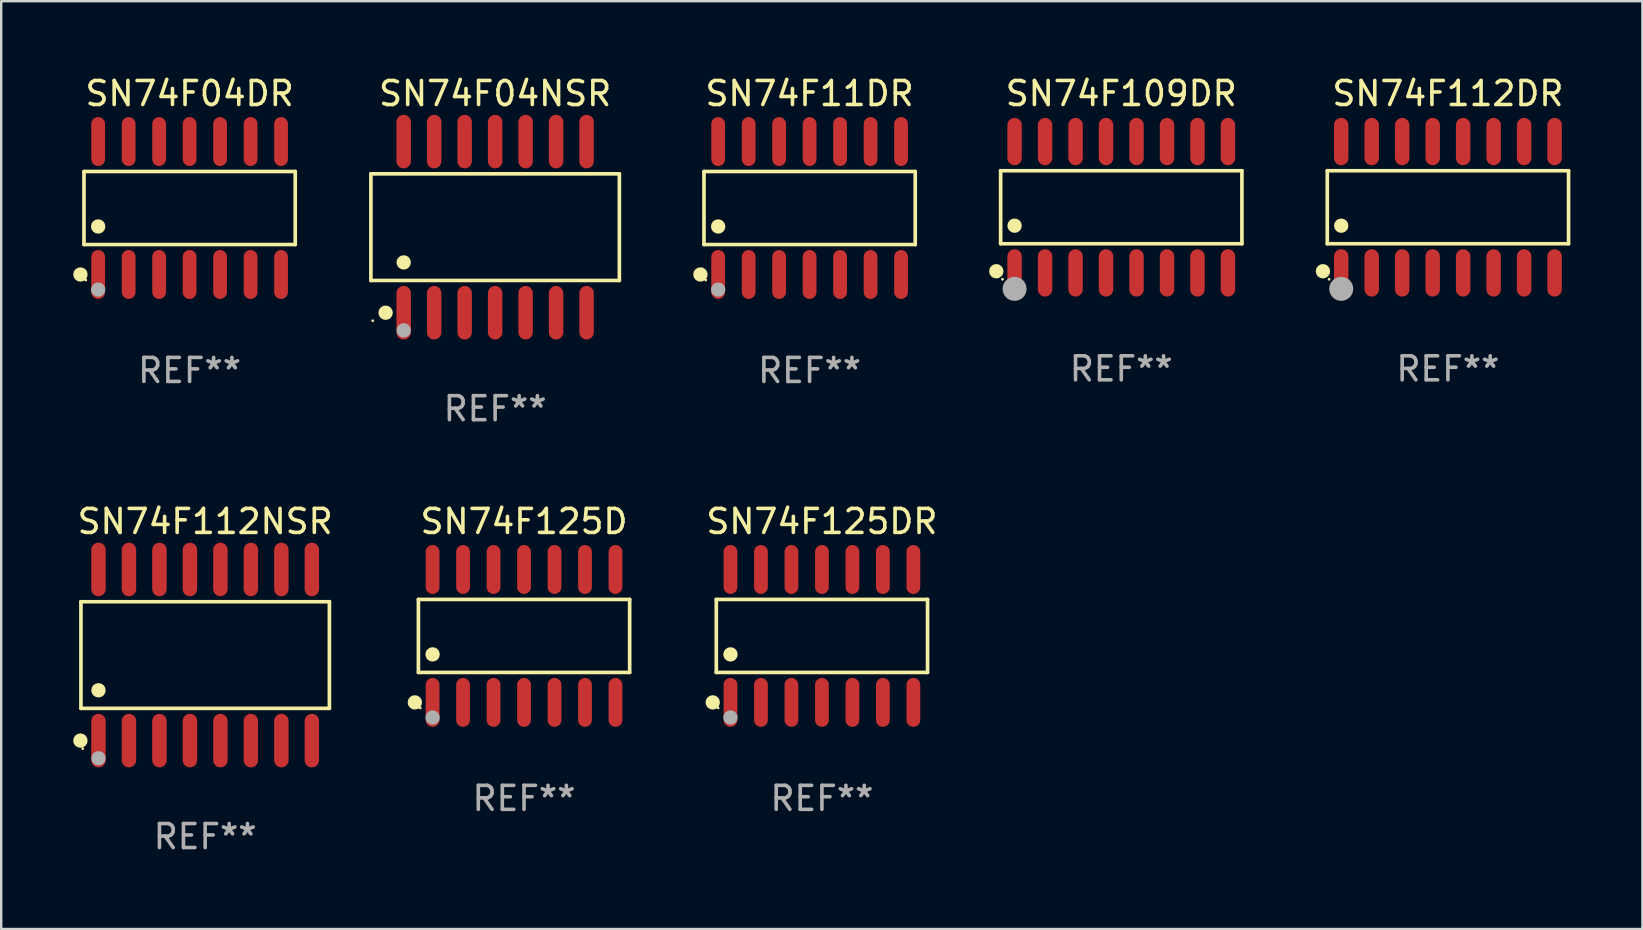
<source format=kicad_pcb>
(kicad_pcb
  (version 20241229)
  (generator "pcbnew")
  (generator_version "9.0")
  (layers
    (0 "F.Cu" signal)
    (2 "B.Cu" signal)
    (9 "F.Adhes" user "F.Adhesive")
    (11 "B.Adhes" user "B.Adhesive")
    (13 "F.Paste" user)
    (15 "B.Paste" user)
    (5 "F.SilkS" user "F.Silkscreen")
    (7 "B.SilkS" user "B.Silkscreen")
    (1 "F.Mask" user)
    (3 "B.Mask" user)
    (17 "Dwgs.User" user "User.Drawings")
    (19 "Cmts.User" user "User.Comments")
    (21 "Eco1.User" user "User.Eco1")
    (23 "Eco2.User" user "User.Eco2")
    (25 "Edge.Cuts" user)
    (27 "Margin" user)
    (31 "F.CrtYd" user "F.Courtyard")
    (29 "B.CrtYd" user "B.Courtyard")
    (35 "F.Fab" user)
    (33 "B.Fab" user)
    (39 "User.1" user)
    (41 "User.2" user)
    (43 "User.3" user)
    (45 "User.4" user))
  (footprint "SN74F109DR"
    (layer "F.Cu")
    (at 43.666 5.584)
    (property "Reference" "SN74F109DR" (at 0 -4.736 0) (layer "F.SilkS") (effects (font (size 1 1) (thickness 0.15))))
    (attr through_hole)
    (fp_line (start -5.026 -1.521) (end 5.026 -1.521) (stroke (width 0.152) (type solid)) (layer "F.SilkS"))
    (fp_line (start -5.026 1.521) (end -5.026 -1.521) (stroke (width 0.152) (type solid)) (layer "F.SilkS"))
    (fp_line (start 5.026 -1.521) (end 5.026 1.521) (stroke (width 0.152) (type solid)) (layer "F.SilkS"))
    (fp_line (start 5.026 1.521) (end -5.026 1.521) (stroke (width 0.152) (type solid)) (layer "F.SilkS"))
    (fp_circle (center -5.207 2.667) (end -5.057 2.667) (stroke (width 0.3) (type solid)) (fill no) (layer "F.SilkS"))
    (fp_circle (center -4.95 3) (end -4.92 3) (stroke (width 0.06) (type solid)) (fill no) (layer "F.SilkS"))
    (fp_circle (center -4.445 0.769) (end -4.295 0.769) (stroke (width 0.3) (type solid)) (fill no) (layer "F.SilkS"))
    (fp_circle (center -4.445 3.4) (end -4.195 3.4) (stroke (width 0.5) (type solid)) (fill no) (layer "F.Fab"))
    (fp_text user "REF**" (at 0 6.736 0) (layer "F.Fab") (effects (font (size 1 1) (thickness 0.15))))
    (pad "1" smd oval (at -4.445 2.736) (size 0.602 1.971) (layers "F.Cu" "F.Mask" "F.Paste"))
    (pad "2" smd oval (at -3.175 2.736) (size 0.602 1.971) (layers "F.Cu" "F.Mask" "F.Paste"))
    (pad "3" smd oval (at -1.905 2.736) (size 0.602 1.971) (layers "F.Cu" "F.Mask" "F.Paste"))
    (pad "4" smd oval (at -0.635 2.736) (size 0.602 1.971) (layers "F.Cu" "F.Mask" "F.Paste"))
    (pad "5" smd oval (at 0.635 2.736) (size 0.602 1.971) (layers "F.Cu" "F.Mask" "F.Paste"))
    (pad "6" smd oval (at 1.905 2.736) (size 0.602 1.971) (layers "F.Cu" "F.Mask" "F.Paste"))
    (pad "7" smd oval (at 3.175 2.736) (size 0.602 1.971) (layers "F.Cu" "F.Mask" "F.Paste"))
    (pad "8" smd oval (at 4.445 2.736) (size 0.602 1.971) (layers "F.Cu" "F.Mask" "F.Paste"))
    (pad "9" smd oval (at 4.445 -2.736) (size 0.602 1.971) (layers "F.Cu" "F.Mask" "F.Paste"))
    (pad "10" smd oval (at 3.175 -2.736) (size 0.602 1.971) (layers "F.Cu" "F.Mask" "F.Paste"))
    (pad "11" smd oval (at 1.905 -2.736) (size 0.602 1.971) (layers "F.Cu" "F.Mask" "F.Paste"))
    (pad "12" smd oval (at 0.635 -2.736) (size 0.602 1.971) (layers "F.Cu" "F.Mask" "F.Paste"))
    (pad "13" smd oval (at -0.635 -2.736) (size 0.602 1.971) (layers "F.Cu" "F.Mask" "F.Paste"))
    (pad "14" smd oval (at -1.905 -2.736) (size 0.602 1.971) (layers "F.Cu" "F.Mask" "F.Paste"))
    (pad "15" smd oval (at -3.175 -2.736) (size 0.602 1.971) (layers "F.Cu" "F.Mask" "F.Paste"))
    (pad "16" smd oval (at -4.445 -2.736) (size 0.602 1.971) (layers "F.Cu" "F.Mask" "F.Paste")))
  (footprint "SN74F04NSR"
    (layer "F.Cu")
    (at 17.579 6.414)
    (property "Reference" "SN74F04NSR" (at 0 -5.565 0) (layer "F.SilkS") (effects (font (size 1 1) (thickness 0.15))))
    (attr through_hole)
    (fp_line (start -5.176 -2.221) (end 5.176 -2.221) (stroke (width 0.152) (type solid)) (layer "F.SilkS"))
    (fp_line (start -5.176 2.221) (end -5.176 -2.221) (stroke (width 0.152) (type solid)) (layer "F.SilkS"))
    (fp_line (start 5.176 -2.221) (end 5.176 2.221) (stroke (width 0.152) (type solid)) (layer "F.SilkS"))
    (fp_line (start 5.176 2.221) (end -5.176 2.221) (stroke (width 0.152) (type solid)) (layer "F.SilkS"))
    (fp_circle (center -5.1 3.9) (end -5.07 3.9) (stroke (width 0.06) (type solid)) (fill no) (layer "F.SilkS"))
    (fp_circle (center -4.563 3.565) (end -4.413 3.565) (stroke (width 0.3) (type solid)) (fill no) (layer "F.SilkS"))
    (fp_circle (center -3.81 1.469) (end -3.66 1.469) (stroke (width 0.3) (type solid)) (fill no) (layer "F.SilkS"))
    (fp_circle (center -3.81 4.3) (end -3.66 4.3) (stroke (width 0.3) (type solid)) (fill no) (layer "F.Fab"))
    (fp_text user "REF**" (at 0 7.565 0) (layer "F.Fab") (effects (font (size 1 1) (thickness 0.15))))
    (pad "1" smd oval (at -3.81 3.565) (size 0.602 2.231) (layers "F.Cu" "F.Mask" "F.Paste"))
    (pad "2" smd oval (at -2.54 3.565) (size 0.602 2.231) (layers "F.Cu" "F.Mask" "F.Paste"))
    (pad "3" smd oval (at -1.27 3.565) (size 0.602 2.231) (layers "F.Cu" "F.Mask" "F.Paste"))
    (pad "4" smd oval (at 0 3.565) (size 0.602 2.231) (layers "F.Cu" "F.Mask" "F.Paste"))
    (pad "5" smd oval (at 1.27 3.565) (size 0.602 2.231) (layers "F.Cu" "F.Mask" "F.Paste"))
    (pad "6" smd oval (at 2.54 3.565) (size 0.602 2.231) (layers "F.Cu" "F.Mask" "F.Paste"))
    (pad "7" smd oval (at 3.81 3.565) (size 0.602 2.231) (layers "F.Cu" "F.Mask" "F.Paste"))
    (pad "8" smd oval (at 3.81 -3.565) (size 0.602 2.231) (layers "F.Cu" "F.Mask" "F.Paste"))
    (pad "9" smd oval (at 2.54 -3.565) (size 0.602 2.231) (layers "F.Cu" "F.Mask" "F.Paste"))
    (pad "10" smd oval (at 1.27 -3.565) (size 0.602 2.231) (layers "F.Cu" "F.Mask" "F.Paste"))
    (pad "11" smd oval (at 0 -3.565) (size 0.602 2.231) (layers "F.Cu" "F.Mask" "F.Paste"))
    (pad "12" smd oval (at -1.27 -3.565) (size 0.602 2.231) (layers "F.Cu" "F.Mask" "F.Paste"))
    (pad "13" smd oval (at -2.54 -3.565) (size 0.602 2.231) (layers "F.Cu" "F.Mask" "F.Paste"))
    (pad "14" smd oval (at -3.81 -3.565) (size 0.602 2.231) (layers "F.Cu" "F.Mask" "F.Paste")))
  (footprint "SN74F11DR"
    (layer "F.Cu")
    (at 30.681 5.617)
    (property "Reference" "SN74F11DR" (at 0 -4.769 0) (layer "F.SilkS") (effects (font (size 1 1) (thickness 0.15))))
    (attr through_hole)
    (fp_line (start -4.401 -1.521) (end 4.401 -1.521) (stroke (width 0.152) (type solid)) (layer "F.SilkS"))
    (fp_line (start -4.401 1.521) (end -4.401 -1.521) (stroke (width 0.152) (type solid)) (layer "F.SilkS"))
    (fp_line (start 4.401 -1.521) (end 4.401 1.521) (stroke (width 0.152) (type solid)) (layer "F.SilkS"))
    (fp_line (start 4.401 1.521) (end -4.401 1.521) (stroke (width 0.152) (type solid)) (layer "F.SilkS"))
    (fp_circle (center -4.549 2.769) (end -4.399 2.769) (stroke (width 0.3) (type solid)) (fill no) (layer "F.SilkS"))
    (fp_circle (center -4.325 3) (end -4.295 3) (stroke (width 0.06) (type solid)) (fill no) (layer "F.SilkS"))
    (fp_circle (center -3.81 0.769) (end -3.66 0.769) (stroke (width 0.3) (type solid)) (fill no) (layer "F.SilkS"))
    (fp_circle (center -3.81 3.4) (end -3.66 3.4) (stroke (width 0.3) (type solid)) (fill no) (layer "F.Fab"))
    (fp_text user "REF**" (at 0 6.769 0) (layer "F.Fab") (effects (font (size 1 1) (thickness 0.15))))
    (pad "1" smd oval (at -3.81 2.769) (size 0.574 2.038) (layers "F.Cu" "F.Mask" "F.Paste"))
    (pad "2" smd oval (at -2.54 2.769) (size 0.574 2.038) (layers "F.Cu" "F.Mask" "F.Paste"))
    (pad "3" smd oval (at -1.27 2.769) (size 0.574 2.038) (layers "F.Cu" "F.Mask" "F.Paste"))
    (pad "4" smd oval (at 0 2.769) (size 0.574 2.038) (layers "F.Cu" "F.Mask" "F.Paste"))
    (pad "5" smd oval (at 1.27 2.769) (size 0.574 2.038) (layers "F.Cu" "F.Mask" "F.Paste"))
    (pad "6" smd oval (at 2.54 2.769) (size 0.574 2.038) (layers "F.Cu" "F.Mask" "F.Paste"))
    (pad "7" smd oval (at 3.81 2.769) (size 0.574 2.038) (layers "F.Cu" "F.Mask" "F.Paste"))
    (pad "8" smd oval (at 3.81 -2.769) (size 0.574 2.038) (layers "F.Cu" "F.Mask" "F.Paste"))
    (pad "9" smd oval (at 2.54 -2.769) (size 0.574 2.038) (layers "F.Cu" "F.Mask" "F.Paste"))
    (pad "10" smd oval (at 1.27 -2.769) (size 0.574 2.038) (layers "F.Cu" "F.Mask" "F.Paste"))
    (pad "11" smd oval (at 0 -2.769) (size 0.574 2.038) (layers "F.Cu" "F.Mask" "F.Paste"))
    (pad "12" smd oval (at -1.27 -2.769) (size 0.574 2.038) (layers "F.Cu" "F.Mask" "F.Paste"))
    (pad "13" smd oval (at -2.54 -2.769) (size 0.574 2.038) (layers "F.Cu" "F.Mask" "F.Paste"))
    (pad "14" smd oval (at -3.81 -2.769) (size 0.574 2.038) (layers "F.Cu" "F.Mask" "F.Paste")))
  (footprint "SN74F125D"
    (layer "F.Cu")
    (at 18.783 23.445)
    (property "Reference" "SN74F125D" (at 0 -4.769 0) (layer "F.SilkS") (effects (font (size 1 1) (thickness 0.15))))
    (attr through_hole)
    (fp_line (start -4.401 -1.521) (end 4.401 -1.521) (stroke (width 0.152) (type solid)) (layer "F.SilkS"))
    (fp_line (start -4.401 1.521) (end -4.401 -1.521) (stroke (width 0.152) (type solid)) (layer "F.SilkS"))
    (fp_line (start 4.401 -1.521) (end 4.401 1.521) (stroke (width 0.152) (type solid)) (layer "F.SilkS"))
    (fp_line (start 4.401 1.521) (end -4.401 1.521) (stroke (width 0.152) (type solid)) (layer "F.SilkS"))
    (fp_circle (center -4.549 2.769) (end -4.399 2.769) (stroke (width 0.3) (type solid)) (fill no) (layer "F.SilkS"))
    (fp_circle (center -4.325 3) (end -4.295 3) (stroke (width 0.06) (type solid)) (fill no) (layer "F.SilkS"))
    (fp_circle (center -3.81 0.769) (end -3.66 0.769) (stroke (width 0.3) (type solid)) (fill no) (layer "F.SilkS"))
    (fp_circle (center -3.81 3.4) (end -3.66 3.4) (stroke (width 0.3) (type solid)) (fill no) (layer "F.Fab"))
    (fp_text user "REF**" (at 0 6.769 0) (layer "F.Fab") (effects (font (size 1 1) (thickness 0.15))))
    (pad "1" smd oval (at -3.81 2.769) (size 0.574 2.038) (layers "F.Cu" "F.Mask" "F.Paste"))
    (pad "2" smd oval (at -2.54 2.769) (size 0.574 2.038) (layers "F.Cu" "F.Mask" "F.Paste"))
    (pad "3" smd oval (at -1.27 2.769) (size 0.574 2.038) (layers "F.Cu" "F.Mask" "F.Paste"))
    (pad "4" smd oval (at 0 2.769) (size 0.574 2.038) (layers "F.Cu" "F.Mask" "F.Paste"))
    (pad "5" smd oval (at 1.27 2.769) (size 0.574 2.038) (layers "F.Cu" "F.Mask" "F.Paste"))
    (pad "6" smd oval (at 2.54 2.769) (size 0.574 2.038) (layers "F.Cu" "F.Mask" "F.Paste"))
    (pad "7" smd oval (at 3.81 2.769) (size 0.574 2.038) (layers "F.Cu" "F.Mask" "F.Paste"))
    (pad "8" smd oval (at 3.81 -2.769) (size 0.574 2.038) (layers "F.Cu" "F.Mask" "F.Paste"))
    (pad "9" smd oval (at 2.54 -2.769) (size 0.574 2.038) (layers "F.Cu" "F.Mask" "F.Paste"))
    (pad "10" smd oval (at 1.27 -2.769) (size 0.574 2.038) (layers "F.Cu" "F.Mask" "F.Paste"))
    (pad "11" smd oval (at 0 -2.769) (size 0.574 2.038) (layers "F.Cu" "F.Mask" "F.Paste"))
    (pad "12" smd oval (at -1.27 -2.769) (size 0.574 2.038) (layers "F.Cu" "F.Mask" "F.Paste"))
    (pad "13" smd oval (at -2.54 -2.769) (size 0.574 2.038) (layers "F.Cu" "F.Mask" "F.Paste"))
    (pad "14" smd oval (at -3.81 -2.769) (size 0.574 2.038) (layers "F.Cu" "F.Mask" "F.Paste")))
  (footprint "SN74F125DR"
    (layer "F.Cu")
    (at 31.194 23.445)
    (property "Reference" "SN74F125DR" (at 0 -4.769 0) (layer "F.SilkS") (effects (font (size 1 1) (thickness 0.15))))
    (attr through_hole)
    (fp_line (start -4.401 -1.521) (end 4.401 -1.521) (stroke (width 0.152) (type solid)) (layer "F.SilkS"))
    (fp_line (start -4.401 1.521) (end -4.401 -1.521) (stroke (width 0.152) (type solid)) (layer "F.SilkS"))
    (fp_line (start 4.401 -1.521) (end 4.401 1.521) (stroke (width 0.152) (type solid)) (layer "F.SilkS"))
    (fp_line (start 4.401 1.521) (end -4.401 1.521) (stroke (width 0.152) (type solid)) (layer "F.SilkS"))
    (fp_circle (center -4.549 2.769) (end -4.399 2.769) (stroke (width 0.3) (type solid)) (fill no) (layer "F.SilkS"))
    (fp_circle (center -4.325 3) (end -4.295 3) (stroke (width 0.06) (type solid)) (fill no) (layer "F.SilkS"))
    (fp_circle (center -3.81 0.769) (end -3.66 0.769) (stroke (width 0.3) (type solid)) (fill no) (layer "F.SilkS"))
    (fp_circle (center -3.81 3.4) (end -3.66 3.4) (stroke (width 0.3) (type solid)) (fill no) (layer "F.Fab"))
    (fp_text user "REF**" (at 0 6.769 0) (layer "F.Fab") (effects (font (size 1 1) (thickness 0.15))))
    (pad "1" smd oval (at -3.81 2.769) (size 0.574 2.038) (layers "F.Cu" "F.Mask" "F.Paste"))
    (pad "2" smd oval (at -2.54 2.769) (size 0.574 2.038) (layers "F.Cu" "F.Mask" "F.Paste"))
    (pad "3" smd oval (at -1.27 2.769) (size 0.574 2.038) (layers "F.Cu" "F.Mask" "F.Paste"))
    (pad "4" smd oval (at 0 2.769) (size 0.574 2.038) (layers "F.Cu" "F.Mask" "F.Paste"))
    (pad "5" smd oval (at 1.27 2.769) (size 0.574 2.038) (layers "F.Cu" "F.Mask" "F.Paste"))
    (pad "6" smd oval (at 2.54 2.769) (size 0.574 2.038) (layers "F.Cu" "F.Mask" "F.Paste"))
    (pad "7" smd oval (at 3.81 2.769) (size 0.574 2.038) (layers "F.Cu" "F.Mask" "F.Paste"))
    (pad "8" smd oval (at 3.81 -2.769) (size 0.574 2.038) (layers "F.Cu" "F.Mask" "F.Paste"))
    (pad "9" smd oval (at 2.54 -2.769) (size 0.574 2.038) (layers "F.Cu" "F.Mask" "F.Paste"))
    (pad "10" smd oval (at 1.27 -2.769) (size 0.574 2.038) (layers "F.Cu" "F.Mask" "F.Paste"))
    (pad "11" smd oval (at 0 -2.769) (size 0.574 2.038) (layers "F.Cu" "F.Mask" "F.Paste"))
    (pad "12" smd oval (at -1.27 -2.769) (size 0.574 2.038) (layers "F.Cu" "F.Mask" "F.Paste"))
    (pad "13" smd oval (at -2.54 -2.769) (size 0.574 2.038) (layers "F.Cu" "F.Mask" "F.Paste"))
    (pad "14" smd oval (at -3.81 -2.769) (size 0.574 2.038) (layers "F.Cu" "F.Mask" "F.Paste")))
  (footprint "SN74F112DR"
    (layer "F.Cu")
    (at 57.275 5.584)
    (property "Reference" "SN74F112DR" (at 0 -4.736 0) (layer "F.SilkS") (effects (font (size 1 1) (thickness 0.15))))
    (attr through_hole)
    (fp_line (start -5.026 -1.521) (end 5.026 -1.521) (stroke (width 0.152) (type solid)) (layer "F.SilkS"))
    (fp_line (start -5.026 1.521) (end -5.026 -1.521) (stroke (width 0.152) (type solid)) (layer "F.SilkS"))
    (fp_line (start 5.026 -1.521) (end 5.026 1.521) (stroke (width 0.152) (type solid)) (layer "F.SilkS"))
    (fp_line (start 5.026 1.521) (end -5.026 1.521) (stroke (width 0.152) (type solid)) (layer "F.SilkS"))
    (fp_circle (center -5.207 2.667) (end -5.057 2.667) (stroke (width 0.3) (type solid)) (fill no) (layer "F.SilkS"))
    (fp_circle (center -4.95 3) (end -4.92 3) (stroke (width 0.06) (type solid)) (fill no) (layer "F.SilkS"))
    (fp_circle (center -4.445 0.769) (end -4.295 0.769) (stroke (width 0.3) (type solid)) (fill no) (layer "F.SilkS"))
    (fp_circle (center -4.445 3.4) (end -4.195 3.4) (stroke (width 0.5) (type solid)) (fill no) (layer "F.Fab"))
    (fp_text user "REF**" (at 0 6.736 0) (layer "F.Fab") (effects (font (size 1 1) (thickness 0.15))))
    (pad "1" smd oval (at -4.445 2.736) (size 0.602 1.971) (layers "F.Cu" "F.Mask" "F.Paste"))
    (pad "2" smd oval (at -3.175 2.736) (size 0.602 1.971) (layers "F.Cu" "F.Mask" "F.Paste"))
    (pad "3" smd oval (at -1.905 2.736) (size 0.602 1.971) (layers "F.Cu" "F.Mask" "F.Paste"))
    (pad "4" smd oval (at -0.635 2.736) (size 0.602 1.971) (layers "F.Cu" "F.Mask" "F.Paste"))
    (pad "5" smd oval (at 0.635 2.736) (size 0.602 1.971) (layers "F.Cu" "F.Mask" "F.Paste"))
    (pad "6" smd oval (at 1.905 2.736) (size 0.602 1.971) (layers "F.Cu" "F.Mask" "F.Paste"))
    (pad "7" smd oval (at 3.175 2.736) (size 0.602 1.971) (layers "F.Cu" "F.Mask" "F.Paste"))
    (pad "8" smd oval (at 4.445 2.736) (size 0.602 1.971) (layers "F.Cu" "F.Mask" "F.Paste"))
    (pad "9" smd oval (at 4.445 -2.736) (size 0.602 1.971) (layers "F.Cu" "F.Mask" "F.Paste"))
    (pad "10" smd oval (at 3.175 -2.736) (size 0.602 1.971) (layers "F.Cu" "F.Mask" "F.Paste"))
    (pad "11" smd oval (at 1.905 -2.736) (size 0.602 1.971) (layers "F.Cu" "F.Mask" "F.Paste"))
    (pad "12" smd oval (at 0.635 -2.736) (size 0.602 1.971) (layers "F.Cu" "F.Mask" "F.Paste"))
    (pad "13" smd oval (at -0.635 -2.736) (size 0.602 1.971) (layers "F.Cu" "F.Mask" "F.Paste"))
    (pad "14" smd oval (at -1.905 -2.736) (size 0.602 1.971) (layers "F.Cu" "F.Mask" "F.Paste"))
    (pad "15" smd oval (at -3.175 -2.736) (size 0.602 1.971) (layers "F.Cu" "F.Mask" "F.Paste"))
    (pad "16" smd oval (at -4.445 -2.736) (size 0.602 1.971) (layers "F.Cu" "F.Mask" "F.Paste")))
  (footprint "SN74F04DR"
    (layer "F.Cu")
    (at 4.85 5.617)
    (property "Reference" "SN74F04DR" (at 0 -4.769 0) (layer "F.SilkS") (effects (font (size 1 1) (thickness 0.15))))
    (attr through_hole)
    (fp_line (start -4.401 -1.521) (end 4.401 -1.521) (stroke (width 0.152) (type solid)) (layer "F.SilkS"))
    (fp_line (start -4.401 1.521) (end -4.401 -1.521) (stroke (width 0.152) (type solid)) (layer "F.SilkS"))
    (fp_line (start 4.401 -1.521) (end 4.401 1.521) (stroke (width 0.152) (type solid)) (layer "F.SilkS"))
    (fp_line (start 4.401 1.521) (end -4.401 1.521) (stroke (width 0.152) (type solid)) (layer "F.SilkS"))
    (fp_circle (center -4.549 2.769) (end -4.399 2.769) (stroke (width 0.3) (type solid)) (fill no) (layer "F.SilkS"))
    (fp_circle (center -4.325 3) (end -4.295 3) (stroke (width 0.06) (type solid)) (fill no) (layer "F.SilkS"))
    (fp_circle (center -3.81 0.769) (end -3.66 0.769) (stroke (width 0.3) (type solid)) (fill no) (layer "F.SilkS"))
    (fp_circle (center -3.81 3.4) (end -3.66 3.4) (stroke (width 0.3) (type solid)) (fill no) (layer "F.Fab"))
    (fp_text user "REF**" (at 0 6.769 0) (layer "F.Fab") (effects (font (size 1 1) (thickness 0.15))))
    (pad "1" smd oval (at -3.81 2.769) (size 0.574 2.038) (layers "F.Cu" "F.Mask" "F.Paste"))
    (pad "2" smd oval (at -2.54 2.769) (size 0.574 2.038) (layers "F.Cu" "F.Mask" "F.Paste"))
    (pad "3" smd oval (at -1.27 2.769) (size 0.574 2.038) (layers "F.Cu" "F.Mask" "F.Paste"))
    (pad "4" smd oval (at 0 2.769) (size 0.574 2.038) (layers "F.Cu" "F.Mask" "F.Paste"))
    (pad "5" smd oval (at 1.27 2.769) (size 0.574 2.038) (layers "F.Cu" "F.Mask" "F.Paste"))
    (pad "6" smd oval (at 2.54 2.769) (size 0.574 2.038) (layers "F.Cu" "F.Mask" "F.Paste"))
    (pad "7" smd oval (at 3.81 2.769) (size 0.574 2.038) (layers "F.Cu" "F.Mask" "F.Paste"))
    (pad "8" smd oval (at 3.81 -2.769) (size 0.574 2.038) (layers "F.Cu" "F.Mask" "F.Paste"))
    (pad "9" smd oval (at 2.54 -2.769) (size 0.574 2.038) (layers "F.Cu" "F.Mask" "F.Paste"))
    (pad "10" smd oval (at 1.27 -2.769) (size 0.574 2.038) (layers "F.Cu" "F.Mask" "F.Paste"))
    (pad "11" smd oval (at 0 -2.769) (size 0.574 2.038) (layers "F.Cu" "F.Mask" "F.Paste"))
    (pad "12" smd oval (at -1.27 -2.769) (size 0.574 2.038) (layers "F.Cu" "F.Mask" "F.Paste"))
    (pad "13" smd oval (at -2.54 -2.769) (size 0.574 2.038) (layers "F.Cu" "F.Mask" "F.Paste"))
    (pad "14" smd oval (at -3.81 -2.769) (size 0.574 2.038) (layers "F.Cu" "F.Mask" "F.Paste")))
  (footprint "SN74F112NSR"
    (layer "F.Cu")
    (at 5.498 24.241)
    (property "Reference" "SN74F112NSR" (at 0 -5.565 0) (layer "F.SilkS") (effects (font (size 1 1) (thickness 0.15))))
    (attr through_hole)
    (fp_line (start -5.176 -2.221) (end 5.176 -2.221) (stroke (width 0.152) (type solid)) (layer "F.SilkS"))
    (fp_line (start -5.176 2.221) (end -5.176 -2.221) (stroke (width 0.152) (type solid)) (layer "F.SilkS"))
    (fp_line (start 5.176 -2.221) (end 5.176 2.221) (stroke (width 0.152) (type solid)) (layer "F.SilkS"))
    (fp_line (start 5.176 2.221) (end -5.176 2.221) (stroke (width 0.152) (type solid)) (layer "F.SilkS"))
    (fp_circle (center -5.198 3.565) (end -5.048 3.565) (stroke (width 0.3) (type solid)) (fill no) (layer "F.SilkS"))
    (fp_circle (center -5.1 3.9) (end -5.07 3.9) (stroke (width 0.06) (type solid)) (fill no) (layer "F.SilkS"))
    (fp_circle (center -4.445 1.469) (end -4.295 1.469) (stroke (width 0.3) (type solid)) (fill no) (layer "F.SilkS"))
    (fp_circle (center -4.445 4.3) (end -4.295 4.3) (stroke (width 0.3) (type solid)) (fill no) (layer "F.Fab"))
    (fp_text user "REF**" (at 0 7.565 0) (layer "F.Fab") (effects (font (size 1 1) (thickness 0.15))))
    (pad "1" smd oval (at -4.445 3.565) (size 0.602 2.231) (layers "F.Cu" "F.Mask" "F.Paste"))
    (pad "2" smd oval (at -3.175 3.565) (size 0.602 2.231) (layers "F.Cu" "F.Mask" "F.Paste"))
    (pad "3" smd oval (at -1.905 3.565) (size 0.602 2.231) (layers "F.Cu" "F.Mask" "F.Paste"))
    (pad "4" smd oval (at -0.635 3.565) (size 0.602 2.231) (layers "F.Cu" "F.Mask" "F.Paste"))
    (pad "5" smd oval (at 0.635 3.565) (size 0.602 2.231) (layers "F.Cu" "F.Mask" "F.Paste"))
    (pad "6" smd oval (at 1.905 3.565) (size 0.602 2.231) (layers "F.Cu" "F.Mask" "F.Paste"))
    (pad "7" smd oval (at 3.175 3.565) (size 0.602 2.231) (layers "F.Cu" "F.Mask" "F.Paste"))
    (pad "8" smd oval (at 4.445 3.565) (size 0.602 2.231) (layers "F.Cu" "F.Mask" "F.Paste"))
    (pad "9" smd oval (at 4.445 -3.565) (size 0.602 2.231) (layers "F.Cu" "F.Mask" "F.Paste"))
    (pad "10" smd oval (at 3.175 -3.565) (size 0.602 2.231) (layers "F.Cu" "F.Mask" "F.Paste"))
    (pad "11" smd oval (at 1.905 -3.565) (size 0.602 2.231) (layers "F.Cu" "F.Mask" "F.Paste"))
    (pad "12" smd oval (at 0.635 -3.565) (size 0.602 2.231) (layers "F.Cu" "F.Mask" "F.Paste"))
    (pad "13" smd oval (at -0.635 -3.565) (size 0.602 2.231) (layers "F.Cu" "F.Mask" "F.Paste"))
    (pad "14" smd oval (at -1.905 -3.565) (size 0.602 2.231) (layers "F.Cu" "F.Mask" "F.Paste"))
    (pad "15" smd oval (at -3.175 -3.565) (size 0.602 2.231) (layers "F.Cu" "F.Mask" "F.Paste"))
    (pad "16" smd oval (at -4.445 -3.565) (size 0.602 2.231) (layers "F.Cu" "F.Mask" "F.Paste")))
  (gr_rect
    (start -3 -3)
    (end 65.378 35.655)
    (stroke (width 0.1) (type default))
    (fill no)
    (layer "Edge.Cuts")))
</source>
